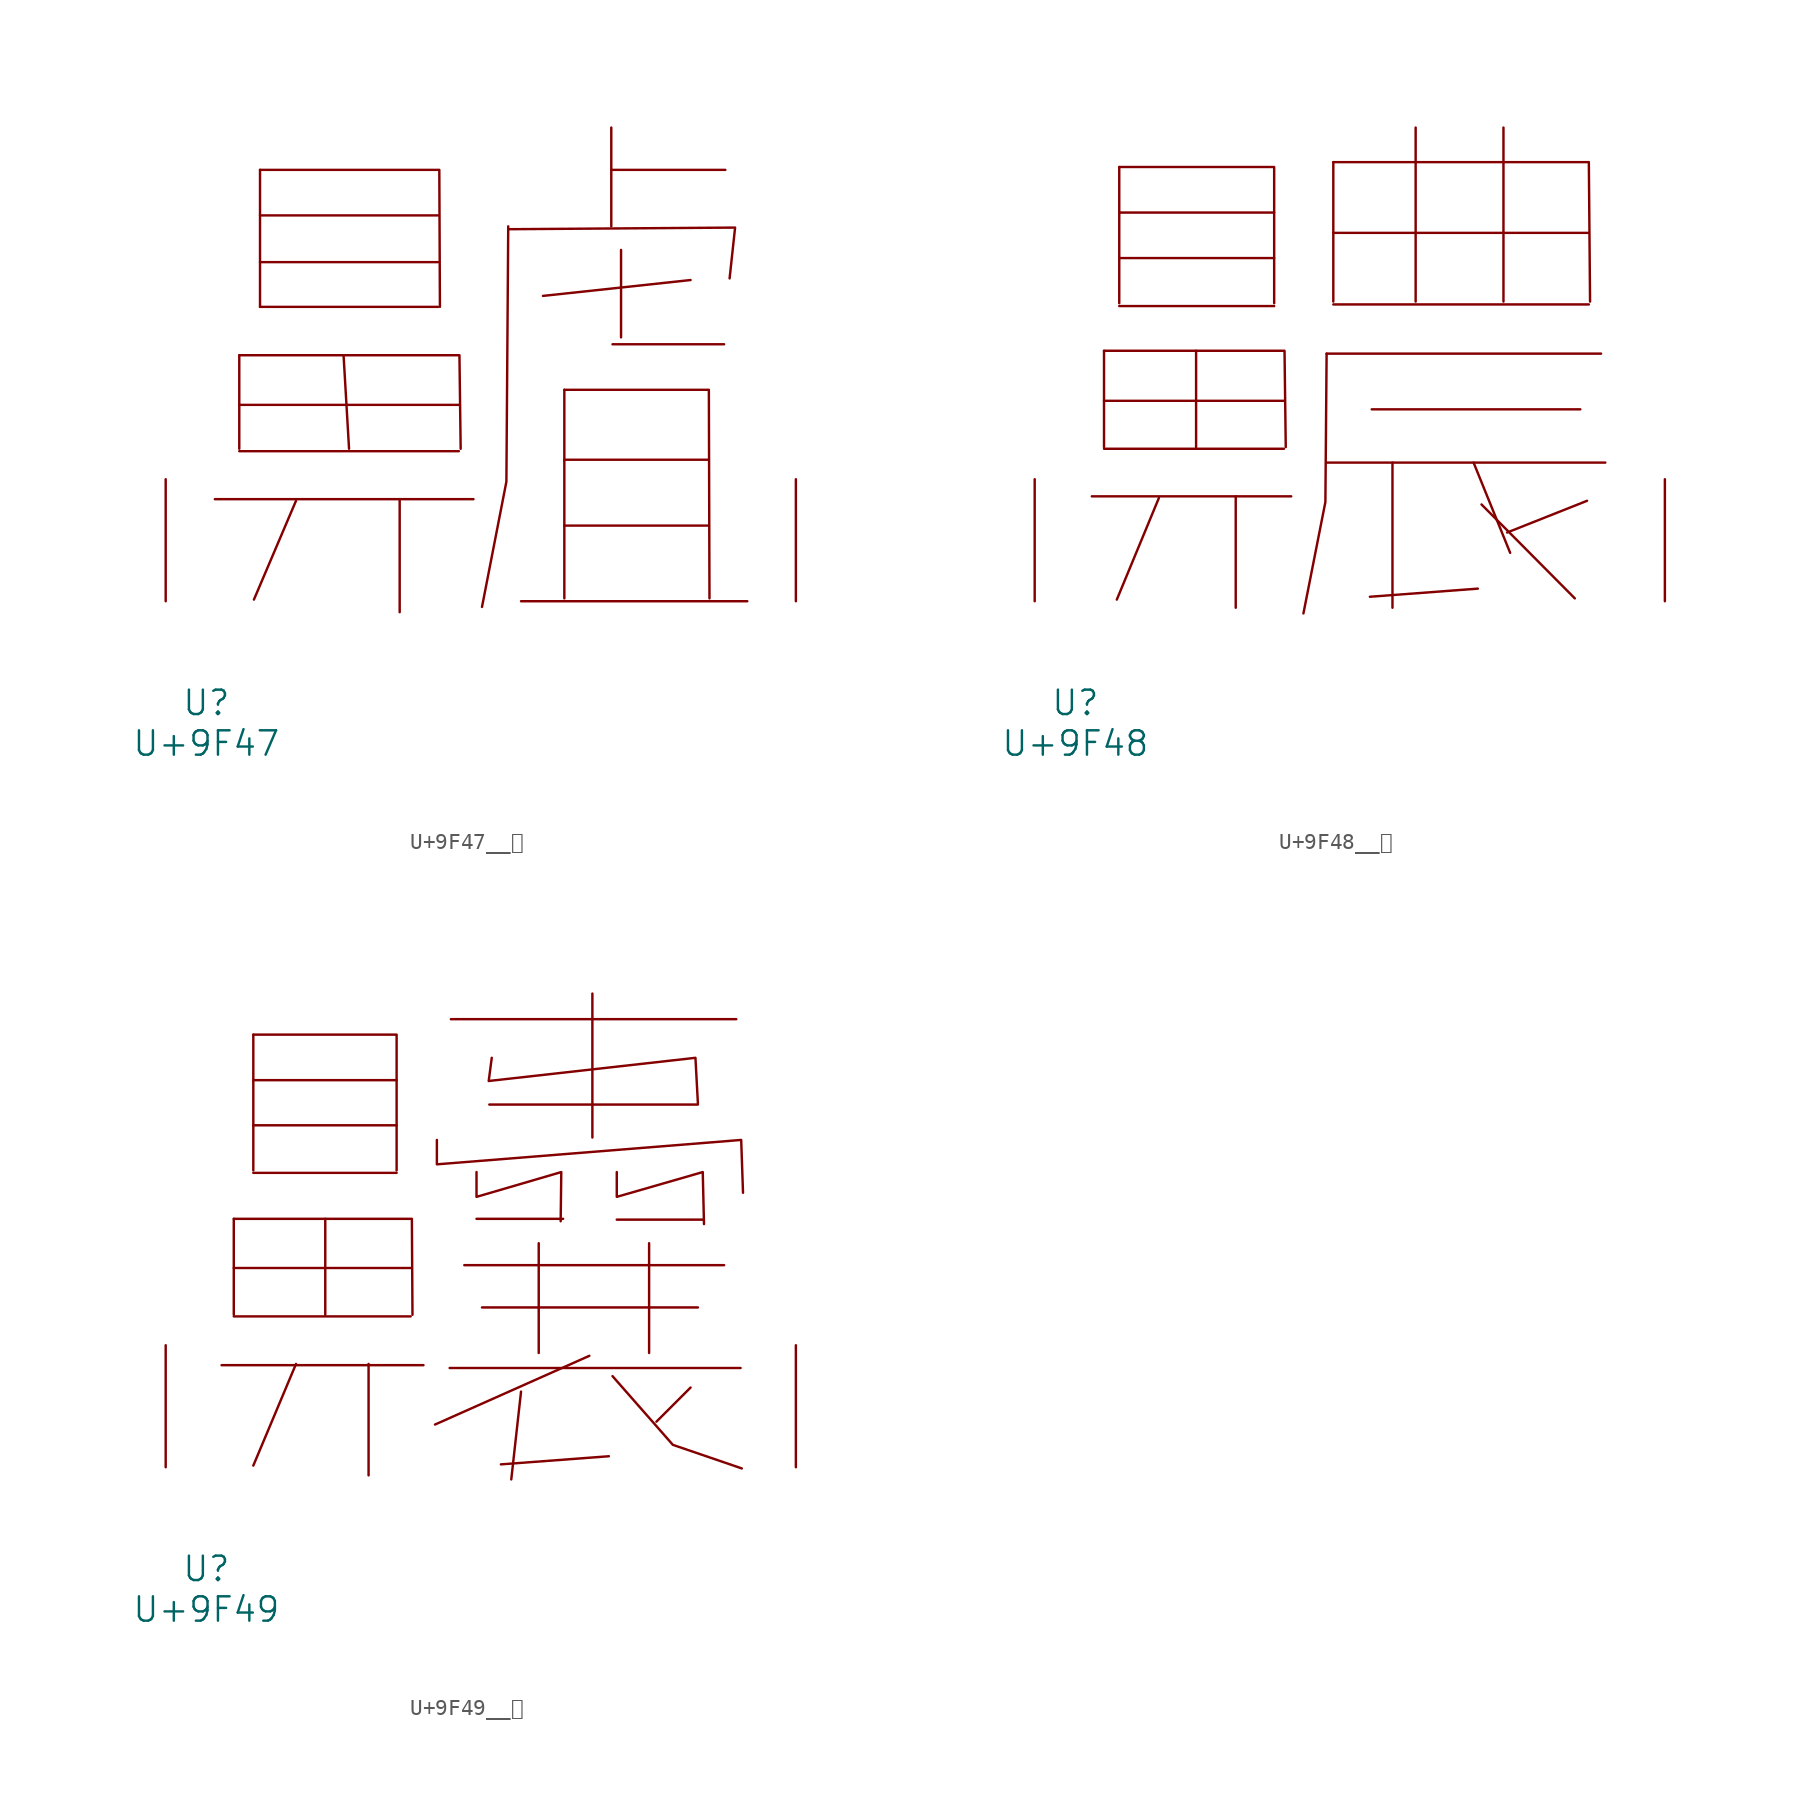
<source format=kicad_sym>
(kicad_symbol_lib
  (version 20231120)
  (generator "kicad_symbol_editor")
  (generator_version "8.0")
  (symbol "U+9F47__齇"
    (pin_names
      (offset 1.016))
    (property "Reference" "U"
      (at 0 -6.35 0)
      (effects (font (size 1.524 1.524))))
    (property "Value" "U+9F47"
      (at 0 -8.89 0)
      (effects (font (size 1.524 1.524))))
    (symbol "U+9F47__齇_0_1"
      (polyline (pts (xy 0.533 6.375) (xy 16.688 6.375)) (stroke (width 0) (type solid)) (fill (type none)))
      (polyline (pts (xy 2.057 9.373) (xy 15.773 9.373)) (stroke (width 0) (type solid)) (fill (type none)))
      (polyline (pts (xy 2.057 12.268) (xy 15.773 12.268)) (stroke (width 0) (type solid)) (fill (type none)))
      (polyline (pts (xy 2.057 15.367) (xy 2.057 9.525)) (stroke (width 0) (type solid)) (fill (type none)))
      (polyline (pts (xy 3.353 18.39) (xy 14.478 18.39)) (stroke (width 0) (type solid)) (fill (type none)))
      (polyline (pts (xy 3.353 21.184) (xy 14.478 21.184)) (stroke (width 0) (type solid)) (fill (type none)))
      (polyline (pts (xy 3.353 24.105) (xy 14.478 24.105)) (stroke (width 0) (type solid)) (fill (type none)))
      (polyline (pts (xy 3.353 26.949) (xy 3.353 18.39)) (stroke (width 0) (type solid)) (fill (type none)))
      (polyline (pts (xy 5.601 6.274) (xy 2.972 0.102)) (stroke (width 0) (type solid)) (fill (type none)))
      (polyline (pts (xy 8.572 15.367) (xy 8.915 9.525)) (stroke (width 0) (type solid)) (fill (type none)))
      (polyline (pts (xy 12.078 6.375) (xy 12.078 -0.686)) (stroke (width 0) (type solid)) (fill (type none)))
      (polyline (pts (xy 19.66 0) (xy 33.795 0)) (stroke (width 0) (type solid)) (fill (type none)))
      (polyline (pts (xy 22.365 4.724) (xy 31.394 4.724)) (stroke (width 0) (type solid)) (fill (type none)))
      (polyline (pts (xy 22.365 8.839) (xy 31.394 8.839)) (stroke (width 0) (type solid)) (fill (type none)))
      (polyline (pts (xy 22.365 13.208) (xy 22.365 0.178)) (stroke (width 0) (type solid)) (fill (type none)))
      (polyline (pts (xy 25.298 26.949) (xy 32.423 26.949)) (stroke (width 0) (type solid)) (fill (type none)))
      (polyline (pts (xy 25.298 29.591) (xy 25.298 23.419)) (stroke (width 0) (type solid)) (fill (type none)))
      (polyline (pts (xy 25.375 16.053) (xy 32.347 16.053)) (stroke (width 0) (type solid)) (fill (type none)))
      (polyline (pts (xy 25.908 21.946) (xy 25.908 16.485)) (stroke (width 0) (type solid)) (fill (type none)))
      (polyline (pts (xy 30.251 20.066) (xy 21.031 19.075)) (stroke (width 0) (type solid)) (fill (type none)))
      (polyline (pts (xy 2.057 15.367) (xy 15.812 15.367) (xy 15.888 9.525)) (stroke (width 0) (type solid)) (fill (type none)))
      (polyline (pts (xy 3.353 26.949) (xy 14.554 26.949) (xy 14.592 18.39)) (stroke (width 0) (type solid)) (fill (type none)))
      (polyline (pts (xy 18.86 23.241) (xy 33.033 23.343) (xy 32.69 20.168)) (stroke (width 0) (type solid)) (fill (type none)))
      (polyline (pts (xy 18.86 23.419) (xy 18.745 7.468) (xy 17.221 -0.356)) (stroke (width 0) (type solid)) (fill (type none)))
      (polyline (pts (xy 22.365 13.208) (xy 31.394 13.208) (xy 31.433 0.178)) (stroke (width 0) (type solid)) (fill (type none)))
      (pin input line (at -2.54 0 90) (length 7.62) (name "~" (effects (font (size 1.27 1.27)))) (number "~" (effects (font (size 1.27 1.27)))))
      (pin input line (at 36.83 0 90) (length 7.62) (name "~" (effects (font (size 1.27 1.27)))) (number "~" (effects (font (size 1.27 1.27)))))))
  (symbol "U+9F48__齈"
    (pin_names
      (offset 1.016))
    (property "Reference" "U"
      (at 0 -6.35 0)
      (effects (font (size 1.524 1.524))))
    (property "Value" "U+9F48"
      (at 0 -8.89 0)
      (effects (font (size 1.524 1.524))))
    (symbol "U+9F48__齈_0_1"
      (polyline (pts (xy 1.029 6.553) (xy 13.487 6.553)) (stroke (width 0) (type solid)) (fill (type none)))
      (polyline (pts (xy 1.791 9.525) (xy 13.03 9.525)) (stroke (width 0) (type solid)) (fill (type none)))
      (polyline (pts (xy 1.791 12.522) (xy 13.03 12.522)) (stroke (width 0) (type solid)) (fill (type none)))
      (polyline (pts (xy 1.791 15.646) (xy 1.791 9.627)) (stroke (width 0) (type solid)) (fill (type none)))
      (polyline (pts (xy 2.743 18.44) (xy 12.421 18.44)) (stroke (width 0) (type solid)) (fill (type none)))
      (polyline (pts (xy 2.743 21.438) (xy 12.421 21.438)) (stroke (width 0) (type solid)) (fill (type none)))
      (polyline (pts (xy 2.743 24.282) (xy 12.421 24.282)) (stroke (width 0) (type solid)) (fill (type none)))
      (polyline (pts (xy 2.743 27.127) (xy 2.743 18.618)) (stroke (width 0) (type solid)) (fill (type none)))
      (polyline (pts (xy 5.22 6.452) (xy 2.591 0.102)) (stroke (width 0) (type solid)) (fill (type none)))
      (polyline (pts (xy 7.544 15.646) (xy 7.544 9.627)) (stroke (width 0) (type solid)) (fill (type none)))
      (polyline (pts (xy 10.02 6.553) (xy 10.02 -0.406)) (stroke (width 0) (type solid)) (fill (type none)))
      (polyline (pts (xy 15.697 8.661) (xy 33.109 8.661)) (stroke (width 0) (type solid)) (fill (type none)))
      (polyline (pts (xy 15.697 15.469) (xy 32.842 15.469)) (stroke (width 0) (type solid)) (fill (type none)))
      (polyline (pts (xy 16.116 18.542) (xy 32.08 18.542)) (stroke (width 0) (type solid)) (fill (type none)))
      (polyline (pts (xy 16.116 23.012) (xy 32.08 23.012)) (stroke (width 0) (type solid)) (fill (type none)))
      (polyline (pts (xy 16.116 27.432) (xy 16.116 18.72)) (stroke (width 0) (type solid)) (fill (type none)))
      (polyline (pts (xy 18.517 11.989) (xy 31.547 11.989)) (stroke (width 0) (type solid)) (fill (type none)))
      (polyline (pts (xy 19.812 8.661) (xy 19.812 -0.406)) (stroke (width 0) (type solid)) (fill (type none)))
      (polyline (pts (xy 21.26 29.591) (xy 21.26 18.72)) (stroke (width 0) (type solid)) (fill (type none)))
      (polyline (pts (xy 24.879 8.661) (xy 27.165 3.023)) (stroke (width 0) (type solid)) (fill (type none)))
      (polyline (pts (xy 25.146 0.787) (xy 18.402 0.279)) (stroke (width 0) (type solid)) (fill (type none)))
      (polyline (pts (xy 25.375 6.045) (xy 31.204 0.178)) (stroke (width 0) (type solid)) (fill (type none)))
      (polyline (pts (xy 26.746 29.591) (xy 26.746 18.72)) (stroke (width 0) (type solid)) (fill (type none)))
      (polyline (pts (xy 31.966 6.274) (xy 26.975 4.293)) (stroke (width 0) (type solid)) (fill (type none)))
      (polyline (pts (xy 1.791 15.646) (xy 13.068 15.646) (xy 13.145 9.627)) (stroke (width 0) (type solid)) (fill (type none)))
      (polyline (pts (xy 2.743 27.127) (xy 12.421 27.127) (xy 12.421 18.618)) (stroke (width 0) (type solid)) (fill (type none)))
      (polyline (pts (xy 15.697 15.469) (xy 15.621 6.198) (xy 14.249 -0.762)) (stroke (width 0) (type solid)) (fill (type none)))
      (polyline (pts (xy 16.116 27.432) (xy 32.08 27.432) (xy 32.156 18.72)) (stroke (width 0) (type solid)) (fill (type none)))
      (pin input line (at -2.54 0 90) (length 7.62) (name "~" (effects (font (size 1.27 1.27)))) (number "~" (effects (font (size 1.27 1.27)))))
      (pin input line (at 36.83 0 90) (length 7.62) (name "~" (effects (font (size 1.27 1.27)))) (number "~" (effects (font (size 1.27 1.27)))))))
  (symbol "U+9F49__齉"
    (pin_names
      (offset 1.016))
    (property "Reference" "U"
      (at 0 -6.35 0)
      (effects (font (size 1.524 1.524))))
    (property "Value" "U+9F49"
      (at 0 -8.89 0)
      (effects (font (size 1.524 1.524))))
    (symbol "U+9F49__齉_0_1"
      (polyline (pts (xy 0.953 6.375) (xy 13.564 6.375)) (stroke (width 0) (type solid)) (fill (type none)))
      (polyline (pts (xy 1.714 9.423) (xy 12.764 9.423)) (stroke (width 0) (type solid)) (fill (type none)))
      (polyline (pts (xy 1.714 12.446) (xy 12.764 12.446)) (stroke (width 0) (type solid)) (fill (type none)))
      (polyline (pts (xy 1.714 15.519) (xy 1.714 9.525)) (stroke (width 0) (type solid)) (fill (type none)))
      (polyline (pts (xy 2.934 18.39) (xy 11.887 18.39)) (stroke (width 0) (type solid)) (fill (type none)))
      (polyline (pts (xy 2.934 21.361) (xy 11.887 21.361)) (stroke (width 0) (type solid)) (fill (type none)))
      (polyline (pts (xy 2.934 24.181) (xy 11.887 24.181)) (stroke (width 0) (type solid)) (fill (type none)))
      (polyline (pts (xy 2.934 27.026) (xy 2.934 18.542)) (stroke (width 0) (type solid)) (fill (type none)))
      (polyline (pts (xy 5.601 6.452) (xy 2.934 0.102)) (stroke (width 0) (type solid)) (fill (type none)))
      (polyline (pts (xy 7.429 15.519) (xy 7.429 9.525)) (stroke (width 0) (type solid)) (fill (type none)))
      (polyline (pts (xy 10.135 6.452) (xy 10.135 -0.508)) (stroke (width 0) (type solid)) (fill (type none)))
      (polyline (pts (xy 15.202 6.198) (xy 33.376 6.198)) (stroke (width 0) (type solid)) (fill (type none)))
      (polyline (pts (xy 15.278 27.991) (xy 33.109 27.991)) (stroke (width 0) (type solid)) (fill (type none)))
      (polyline (pts (xy 16.116 12.624) (xy 32.347 12.624)) (stroke (width 0) (type solid)) (fill (type none)))
      (polyline (pts (xy 16.878 15.519) (xy 22.288 15.519)) (stroke (width 0) (type solid)) (fill (type none)))
      (polyline (pts (xy 17.221 9.982) (xy 30.709 9.982)) (stroke (width 0) (type solid)) (fill (type none)))
      (polyline (pts (xy 17.678 22.657) (xy 30.709 22.657)) (stroke (width 0) (type solid)) (fill (type none)))
      (polyline (pts (xy 19.66 4.724) (xy 19.05 -0.762)) (stroke (width 0) (type solid)) (fill (type none)))
      (polyline (pts (xy 20.765 13.995) (xy 20.765 7.137)) (stroke (width 0) (type solid)) (fill (type none)))
      (polyline (pts (xy 23.927 6.96) (xy 14.287 2.667)) (stroke (width 0) (type solid)) (fill (type none)))
      (polyline (pts (xy 24.117 29.591) (xy 24.117 20.599)) (stroke (width 0) (type solid)) (fill (type none)))
      (polyline (pts (xy 25.146 0.686) (xy 18.402 0.178)) (stroke (width 0) (type solid)) (fill (type none)))
      (polyline (pts (xy 25.641 15.469) (xy 31.052 15.469)) (stroke (width 0) (type solid)) (fill (type none)))
      (polyline (pts (xy 27.661 13.995) (xy 27.661 7.137)) (stroke (width 0) (type solid)) (fill (type none)))
      (polyline (pts (xy 30.251 4.978) (xy 28.118 2.845)) (stroke (width 0) (type solid)) (fill (type none)))
      (polyline (pts (xy 1.714 15.519) (xy 12.84 15.519) (xy 12.878 9.525)) (stroke (width 0) (type solid)) (fill (type none)))
      (polyline (pts (xy 2.934 27.026) (xy 11.887 27.026) (xy 11.887 18.542)) (stroke (width 0) (type solid)) (fill (type none)))
      (polyline (pts (xy 25.375 5.69) (xy 29.146 1.397) (xy 33.452 -0.076)) (stroke (width 0) (type solid)) (fill (type none)))
      (polyline (pts (xy 14.402 20.447) (xy 14.402 18.923) (xy 33.414 20.447) (xy 33.528 17.145)) (stroke (width 0) (type solid)) (fill (type none)))
      (polyline (pts (xy 16.878 18.44) (xy 16.878 16.891) (xy 22.174 18.44) (xy 22.136 15.367)) (stroke (width 0) (type solid)) (fill (type none)))
      (polyline (pts (xy 17.831 25.578) (xy 17.64 24.13) (xy 30.556 25.578) (xy 30.709 22.733)) (stroke (width 0) (type solid)) (fill (type none)))
      (polyline (pts (xy 25.641 18.44) (xy 25.641 16.891) (xy 31.013 18.44) (xy 31.09 15.189)) (stroke (width 0) (type solid)) (fill (type none)))
      (pin input line (at -2.54 0 90) (length 7.62) (name "~" (effects (font (size 1.27 1.27)))) (number "~" (effects (font (size 1.27 1.27)))))
      (pin input line (at 36.83 0 90) (length 7.62) (name "~" (effects (font (size 1.27 1.27)))) (number "~" (effects (font (size 1.27 1.27))))))))
</source>
